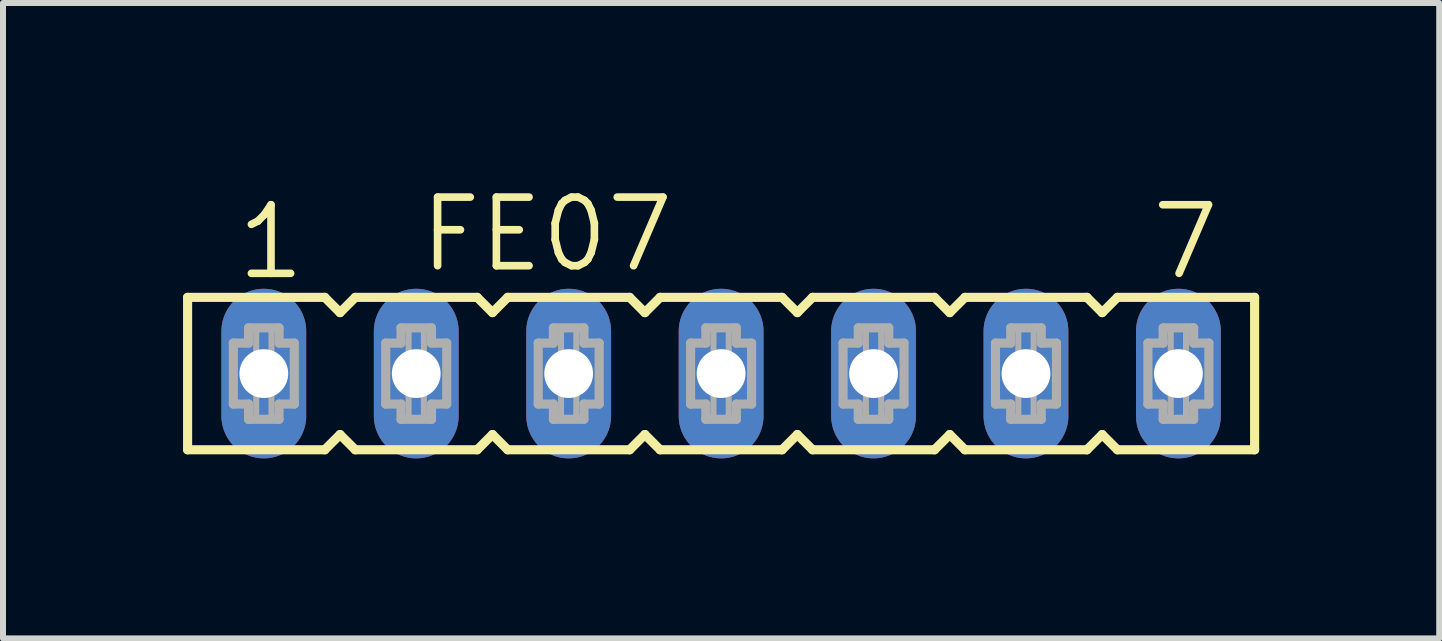
<source format=kicad_pcb>
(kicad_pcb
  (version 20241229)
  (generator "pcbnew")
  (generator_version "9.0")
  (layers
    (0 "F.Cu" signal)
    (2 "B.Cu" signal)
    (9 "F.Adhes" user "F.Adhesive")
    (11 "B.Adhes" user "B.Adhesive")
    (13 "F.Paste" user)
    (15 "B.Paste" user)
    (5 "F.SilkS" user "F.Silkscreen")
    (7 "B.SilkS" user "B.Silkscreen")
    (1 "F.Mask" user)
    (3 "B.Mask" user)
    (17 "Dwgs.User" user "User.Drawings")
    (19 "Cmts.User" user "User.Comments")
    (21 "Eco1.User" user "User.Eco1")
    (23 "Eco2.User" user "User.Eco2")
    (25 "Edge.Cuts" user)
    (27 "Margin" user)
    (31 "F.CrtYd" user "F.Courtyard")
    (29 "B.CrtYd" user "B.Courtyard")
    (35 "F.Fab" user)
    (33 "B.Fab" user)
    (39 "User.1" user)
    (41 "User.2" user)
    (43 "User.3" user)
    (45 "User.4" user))
  (footprint "FE07"
    (layer "F.Cu")
    (at 8.966 3.175)
    (property "Reference" "FE07" (at -5.08 -1.651 0) (layer "F.SilkS") (effects (font (size 1.143 1.143) (thickness 0.127)) (justify left bottom)))
    (fp_line (start -8.89 -1.27) (end -8.89 1.27) (stroke (width 0.152) (type solid)) (layer "F.SilkS"))
    (fp_line (start -8.89 1.27) (end -6.604 1.27) (stroke (width 0.152) (type solid)) (layer "F.SilkS"))
    (fp_line (start -6.604 -1.27) (end -8.89 -1.27) (stroke (width 0.152) (type solid)) (layer "F.SilkS"))
    (fp_line (start -6.604 1.27) (end -6.35 1.016) (stroke (width 0.152) (type solid)) (layer "F.SilkS"))
    (fp_line (start -6.35 -1.016) (end -6.604 -1.27) (stroke (width 0.152) (type solid)) (layer "F.SilkS"))
    (fp_line (start -6.35 1.016) (end -6.096 1.27) (stroke (width 0.152) (type solid)) (layer "F.SilkS"))
    (fp_line (start -6.096 -1.27) (end -6.35 -1.016) (stroke (width 0.152) (type solid)) (layer "F.SilkS"))
    (fp_line (start -6.096 1.27) (end -4.064 1.27) (stroke (width 0.152) (type solid)) (layer "F.SilkS"))
    (fp_line (start -4.064 -1.27) (end -6.096 -1.27) (stroke (width 0.152) (type solid)) (layer "F.SilkS"))
    (fp_line (start -4.064 1.27) (end -3.81 1.016) (stroke (width 0.152) (type solid)) (layer "F.SilkS"))
    (fp_line (start -3.81 -1.016) (end -4.064 -1.27) (stroke (width 0.152) (type solid)) (layer "F.SilkS"))
    (fp_line (start -3.81 1.016) (end -3.556 1.27) (stroke (width 0.152) (type solid)) (layer "F.SilkS"))
    (fp_line (start -3.556 -1.27) (end -3.81 -1.016) (stroke (width 0.152) (type solid)) (layer "F.SilkS"))
    (fp_line (start -3.556 1.27) (end -1.524 1.27) (stroke (width 0.152) (type solid)) (layer "F.SilkS"))
    (fp_line (start -1.524 -1.27) (end -3.556 -1.27) (stroke (width 0.152) (type solid)) (layer "F.SilkS"))
    (fp_line (start -1.524 1.27) (end -1.27 1.016) (stroke (width 0.152) (type solid)) (layer "F.SilkS"))
    (fp_line (start -1.27 -1.016) (end -1.524 -1.27) (stroke (width 0.152) (type solid)) (layer "F.SilkS"))
    (fp_line (start -1.27 1.016) (end -1.016 1.27) (stroke (width 0.152) (type solid)) (layer "F.SilkS"))
    (fp_line (start -1.016 -1.27) (end -1.27 -1.016) (stroke (width 0.152) (type solid)) (layer "F.SilkS"))
    (fp_line (start -1.016 1.27) (end 1.016 1.27) (stroke (width 0.152) (type solid)) (layer "F.SilkS"))
    (fp_line (start 1.016 -1.27) (end -1.016 -1.27) (stroke (width 0.152) (type solid)) (layer "F.SilkS"))
    (fp_line (start 1.016 1.27) (end 1.27 1.016) (stroke (width 0.152) (type solid)) (layer "F.SilkS"))
    (fp_line (start 1.27 -1.016) (end 1.016 -1.27) (stroke (width 0.152) (type solid)) (layer "F.SilkS"))
    (fp_line (start 1.27 1.016) (end 1.524 1.27) (stroke (width 0.152) (type solid)) (layer "F.SilkS"))
    (fp_line (start 1.524 -1.27) (end 1.27 -1.016) (stroke (width 0.152) (type solid)) (layer "F.SilkS"))
    (fp_line (start 1.524 1.27) (end 3.556 1.27) (stroke (width 0.152) (type solid)) (layer "F.SilkS"))
    (fp_line (start 3.556 -1.27) (end 1.524 -1.27) (stroke (width 0.152) (type solid)) (layer "F.SilkS"))
    (fp_line (start 3.556 1.27) (end 3.81 1.016) (stroke (width 0.152) (type solid)) (layer "F.SilkS"))
    (fp_line (start 3.81 -1.016) (end 3.556 -1.27) (stroke (width 0.152) (type solid)) (layer "F.SilkS"))
    (fp_line (start 3.81 1.016) (end 4.064 1.27) (stroke (width 0.152) (type solid)) (layer "F.SilkS"))
    (fp_line (start 4.064 -1.27) (end 3.81 -1.016) (stroke (width 0.152) (type solid)) (layer "F.SilkS"))
    (fp_line (start 4.064 1.27) (end 6.096 1.27) (stroke (width 0.152) (type solid)) (layer "F.SilkS"))
    (fp_line (start 6.096 -1.27) (end 4.064 -1.27) (stroke (width 0.152) (type solid)) (layer "F.SilkS"))
    (fp_line (start 6.096 1.27) (end 6.35 1.016) (stroke (width 0.152) (type solid)) (layer "F.SilkS"))
    (fp_line (start 6.35 -1.016) (end 6.096 -1.27) (stroke (width 0.152) (type solid)) (layer "F.SilkS"))
    (fp_line (start 6.35 1.016) (end 6.604 1.27) (stroke (width 0.152) (type solid)) (layer "F.SilkS"))
    (fp_line (start 6.604 -1.27) (end 6.35 -1.016) (stroke (width 0.152) (type solid)) (layer "F.SilkS"))
    (fp_line (start 6.604 1.27) (end 8.89 1.27) (stroke (width 0.152) (type solid)) (layer "F.SilkS"))
    (fp_line (start 8.89 -1.27) (end 6.604 -1.27) (stroke (width 0.152) (type solid)) (layer "F.SilkS"))
    (fp_line (start 8.89 1.27) (end 8.89 -1.27) (stroke (width 0.152) (type solid)) (layer "F.SilkS"))
    (fp_line (start -8.128 -0.508) (end -8.128 0.508) (stroke (width 0.152) (type solid)) (layer "F.Fab"))
    (fp_line (start -8.128 0.508) (end -7.874 0.508) (stroke (width 0.152) (type solid)) (layer "F.Fab"))
    (fp_line (start -7.874 -0.762) (end -7.874 -0.508) (stroke (width 0.152) (type solid)) (layer "F.Fab"))
    (fp_line (start -7.874 -0.508) (end -8.128 -0.508) (stroke (width 0.152) (type solid)) (layer "F.Fab"))
    (fp_line (start -7.874 0.508) (end -7.874 0.762) (stroke (width 0.152) (type solid)) (layer "F.Fab"))
    (fp_line (start -7.874 0.762) (end -7.366 0.762) (stroke (width 0.152) (type solid)) (layer "F.Fab"))
    (fp_line (start -7.366 -0.762) (end -7.874 -0.762) (stroke (width 0.152) (type solid)) (layer "F.Fab"))
    (fp_line (start -7.366 -0.508) (end -7.366 -0.762) (stroke (width 0.152) (type solid)) (layer "F.Fab"))
    (fp_line (start -7.366 0.508) (end -7.112 0.508) (stroke (width 0.152) (type solid)) (layer "F.Fab"))
    (fp_line (start -7.366 0.762) (end -7.366 0.508) (stroke (width 0.152) (type solid)) (layer "F.Fab"))
    (fp_line (start -7.112 -0.508) (end -7.366 -0.508) (stroke (width 0.152) (type solid)) (layer "F.Fab"))
    (fp_line (start -7.112 0.508) (end -7.112 -0.508) (stroke (width 0.152) (type solid)) (layer "F.Fab"))
    (fp_line (start -5.588 -0.508) (end -5.588 0.508) (stroke (width 0.152) (type solid)) (layer "F.Fab"))
    (fp_line (start -5.588 0.508) (end -5.334 0.508) (stroke (width 0.152) (type solid)) (layer "F.Fab"))
    (fp_line (start -5.334 -0.762) (end -5.334 -0.508) (stroke (width 0.152) (type solid)) (layer "F.Fab"))
    (fp_line (start -5.334 -0.508) (end -5.588 -0.508) (stroke (width 0.152) (type solid)) (layer "F.Fab"))
    (fp_line (start -5.334 0.508) (end -5.334 0.762) (stroke (width 0.152) (type solid)) (layer "F.Fab"))
    (fp_line (start -5.334 0.762) (end -4.826 0.762) (stroke (width 0.152) (type solid)) (layer "F.Fab"))
    (fp_line (start -4.826 -0.762) (end -5.334 -0.762) (stroke (width 0.152) (type solid)) (layer "F.Fab"))
    (fp_line (start -4.826 -0.508) (end -4.826 -0.762) (stroke (width 0.152) (type solid)) (layer "F.Fab"))
    (fp_line (start -4.826 0.508) (end -4.572 0.508) (stroke (width 0.152) (type solid)) (layer "F.Fab"))
    (fp_line (start -4.826 0.762) (end -4.826 0.508) (stroke (width 0.152) (type solid)) (layer "F.Fab"))
    (fp_line (start -4.572 -0.508) (end -4.826 -0.508) (stroke (width 0.152) (type solid)) (layer "F.Fab"))
    (fp_line (start -4.572 0.508) (end -4.572 -0.508) (stroke (width 0.152) (type solid)) (layer "F.Fab"))
    (fp_line (start -3.048 -0.508) (end -3.048 0.508) (stroke (width 0.152) (type solid)) (layer "F.Fab"))
    (fp_line (start -3.048 0.508) (end -2.794 0.508) (stroke (width 0.152) (type solid)) (layer "F.Fab"))
    (fp_line (start -2.794 -0.762) (end -2.794 -0.508) (stroke (width 0.152) (type solid)) (layer "F.Fab"))
    (fp_line (start -2.794 -0.508) (end -3.048 -0.508) (stroke (width 0.152) (type solid)) (layer "F.Fab"))
    (fp_line (start -2.794 0.508) (end -2.794 0.762) (stroke (width 0.152) (type solid)) (layer "F.Fab"))
    (fp_line (start -2.794 0.762) (end -2.286 0.762) (stroke (width 0.152) (type solid)) (layer "F.Fab"))
    (fp_line (start -2.286 -0.762) (end -2.794 -0.762) (stroke (width 0.152) (type solid)) (layer "F.Fab"))
    (fp_line (start -2.286 -0.508) (end -2.286 -0.762) (stroke (width 0.152) (type solid)) (layer "F.Fab"))
    (fp_line (start -2.286 0.508) (end -2.032 0.508) (stroke (width 0.152) (type solid)) (layer "F.Fab"))
    (fp_line (start -2.286 0.762) (end -2.286 0.508) (stroke (width 0.152) (type solid)) (layer "F.Fab"))
    (fp_line (start -2.032 -0.508) (end -2.286 -0.508) (stroke (width 0.152) (type solid)) (layer "F.Fab"))
    (fp_line (start -2.032 0.508) (end -2.032 -0.508) (stroke (width 0.152) (type solid)) (layer "F.Fab"))
    (fp_line (start -0.508 -0.508) (end -0.508 0.508) (stroke (width 0.152) (type solid)) (layer "F.Fab"))
    (fp_line (start -0.508 0.508) (end -0.254 0.508) (stroke (width 0.152) (type solid)) (layer "F.Fab"))
    (fp_line (start -0.254 -0.762) (end -0.254 -0.508) (stroke (width 0.152) (type solid)) (layer "F.Fab"))
    (fp_line (start -0.254 -0.508) (end -0.508 -0.508) (stroke (width 0.152) (type solid)) (layer "F.Fab"))
    (fp_line (start -0.254 0.508) (end -0.254 0.762) (stroke (width 0.152) (type solid)) (layer "F.Fab"))
    (fp_line (start -0.254 0.762) (end 0.254 0.762) (stroke (width 0.152) (type solid)) (layer "F.Fab"))
    (fp_line (start 0.254 -0.762) (end -0.254 -0.762) (stroke (width 0.152) (type solid)) (layer "F.Fab"))
    (fp_line (start 0.254 -0.508) (end 0.254 -0.762) (stroke (width 0.152) (type solid)) (layer "F.Fab"))
    (fp_line (start 0.254 0.508) (end 0.508 0.508) (stroke (width 0.152) (type solid)) (layer "F.Fab"))
    (fp_line (start 0.254 0.762) (end 0.254 0.508) (stroke (width 0.152) (type solid)) (layer "F.Fab"))
    (fp_line (start 0.508 -0.508) (end 0.254 -0.508) (stroke (width 0.152) (type solid)) (layer "F.Fab"))
    (fp_line (start 0.508 0.508) (end 0.508 -0.508) (stroke (width 0.152) (type solid)) (layer "F.Fab"))
    (fp_line (start 2.032 -0.508) (end 2.032 0.508) (stroke (width 0.152) (type solid)) (layer "F.Fab"))
    (fp_line (start 2.032 0.508) (end 2.286 0.508) (stroke (width 0.152) (type solid)) (layer "F.Fab"))
    (fp_line (start 2.286 -0.762) (end 2.286 -0.508) (stroke (width 0.152) (type solid)) (layer "F.Fab"))
    (fp_line (start 2.286 -0.508) (end 2.032 -0.508) (stroke (width 0.152) (type solid)) (layer "F.Fab"))
    (fp_line (start 2.286 0.508) (end 2.286 0.762) (stroke (width 0.152) (type solid)) (layer "F.Fab"))
    (fp_line (start 2.286 0.762) (end 2.794 0.762) (stroke (width 0.152) (type solid)) (layer "F.Fab"))
    (fp_line (start 2.794 -0.762) (end 2.286 -0.762) (stroke (width 0.152) (type solid)) (layer "F.Fab"))
    (fp_line (start 2.794 -0.508) (end 2.794 -0.762) (stroke (width 0.152) (type solid)) (layer "F.Fab"))
    (fp_line (start 2.794 0.508) (end 3.048 0.508) (stroke (width 0.152) (type solid)) (layer "F.Fab"))
    (fp_line (start 2.794 0.762) (end 2.794 0.508) (stroke (width 0.152) (type solid)) (layer "F.Fab"))
    (fp_line (start 3.048 -0.508) (end 2.794 -0.508) (stroke (width 0.152) (type solid)) (layer "F.Fab"))
    (fp_line (start 3.048 0.508) (end 3.048 -0.508) (stroke (width 0.152) (type solid)) (layer "F.Fab"))
    (fp_line (start 4.572 -0.508) (end 4.572 0.508) (stroke (width 0.152) (type solid)) (layer "F.Fab"))
    (fp_line (start 4.572 0.508) (end 4.826 0.508) (stroke (width 0.152) (type solid)) (layer "F.Fab"))
    (fp_line (start 4.826 -0.762) (end 4.826 -0.508) (stroke (width 0.152) (type solid)) (layer "F.Fab"))
    (fp_line (start 4.826 -0.508) (end 4.572 -0.508) (stroke (width 0.152) (type solid)) (layer "F.Fab"))
    (fp_line (start 4.826 0.508) (end 4.826 0.762) (stroke (width 0.152) (type solid)) (layer "F.Fab"))
    (fp_line (start 4.826 0.762) (end 5.334 0.762) (stroke (width 0.152) (type solid)) (layer "F.Fab"))
    (fp_line (start 5.334 -0.762) (end 4.826 -0.762) (stroke (width 0.152) (type solid)) (layer "F.Fab"))
    (fp_line (start 5.334 -0.508) (end 5.334 -0.762) (stroke (width 0.152) (type solid)) (layer "F.Fab"))
    (fp_line (start 5.334 0.508) (end 5.588 0.508) (stroke (width 0.152) (type solid)) (layer "F.Fab"))
    (fp_line (start 5.334 0.762) (end 5.334 0.508) (stroke (width 0.152) (type solid)) (layer "F.Fab"))
    (fp_line (start 5.588 -0.508) (end 5.334 -0.508) (stroke (width 0.152) (type solid)) (layer "F.Fab"))
    (fp_line (start 5.588 0.508) (end 5.588 -0.508) (stroke (width 0.152) (type solid)) (layer "F.Fab"))
    (fp_line (start 7.112 -0.508) (end 7.112 0.508) (stroke (width 0.152) (type solid)) (layer "F.Fab"))
    (fp_line (start 7.112 0.508) (end 7.366 0.508) (stroke (width 0.152) (type solid)) (layer "F.Fab"))
    (fp_line (start 7.366 -0.762) (end 7.366 -0.508) (stroke (width 0.152) (type solid)) (layer "F.Fab"))
    (fp_line (start 7.366 -0.508) (end 7.112 -0.508) (stroke (width 0.152) (type solid)) (layer "F.Fab"))
    (fp_line (start 7.366 0.508) (end 7.366 0.762) (stroke (width 0.152) (type solid)) (layer "F.Fab"))
    (fp_line (start 7.366 0.762) (end 7.874 0.762) (stroke (width 0.152) (type solid)) (layer "F.Fab"))
    (fp_line (start 7.874 -0.762) (end 7.366 -0.762) (stroke (width 0.152) (type solid)) (layer "F.Fab"))
    (fp_line (start 7.874 -0.508) (end 7.874 -0.762) (stroke (width 0.152) (type solid)) (layer "F.Fab"))
    (fp_line (start 7.874 0.508) (end 8.128 0.508) (stroke (width 0.152) (type solid)) (layer "F.Fab"))
    (fp_line (start 7.874 0.762) (end 7.874 0.508) (stroke (width 0.152) (type solid)) (layer "F.Fab"))
    (fp_line (start 8.128 -0.508) (end 7.874 -0.508) (stroke (width 0.152) (type solid)) (layer "F.Fab"))
    (fp_line (start 8.128 0.508) (end 8.128 -0.508) (stroke (width 0.152) (type solid)) (layer "F.Fab"))
    (fp_poly (pts (xy -7.747 -0.254) (xy -7.493 -0.254) (xy -7.493 -0.762) (xy -7.747 -0.762)) (stroke (width 0.1) (type default)) (fill no) (layer "F.Fab"))
    (fp_poly (pts (xy -7.747 0.762) (xy -7.493 0.762) (xy -7.493 0.254) (xy -7.747 0.254)) (stroke (width 0.1) (type default)) (fill no) (layer "F.Fab"))
    (fp_poly (pts (xy -5.207 -0.254) (xy -4.953 -0.254) (xy -4.953 -0.762) (xy -5.207 -0.762)) (stroke (width 0.1) (type default)) (fill no) (layer "F.Fab"))
    (fp_poly (pts (xy -5.207 0.762) (xy -4.953 0.762) (xy -4.953 0.254) (xy -5.207 0.254)) (stroke (width 0.1) (type default)) (fill no) (layer "F.Fab"))
    (fp_poly (pts (xy -2.667 -0.254) (xy -2.413 -0.254) (xy -2.413 -0.762) (xy -2.667 -0.762)) (stroke (width 0.1) (type default)) (fill no) (layer "F.Fab"))
    (fp_poly (pts (xy -2.667 0.762) (xy -2.413 0.762) (xy -2.413 0.254) (xy -2.667 0.254)) (stroke (width 0.1) (type default)) (fill no) (layer "F.Fab"))
    (fp_poly (pts (xy -0.127 -0.254) (xy 0.127 -0.254) (xy 0.127 -0.762) (xy -0.127 -0.762)) (stroke (width 0.1) (type default)) (fill no) (layer "F.Fab"))
    (fp_poly (pts (xy -0.127 0.762) (xy 0.127 0.762) (xy 0.127 0.254) (xy -0.127 0.254)) (stroke (width 0.1) (type default)) (fill no) (layer "F.Fab"))
    (fp_poly (pts (xy 2.413 -0.254) (xy 2.667 -0.254) (xy 2.667 -0.762) (xy 2.413 -0.762)) (stroke (width 0.1) (type default)) (fill no) (layer "F.Fab"))
    (fp_poly (pts (xy 2.413 0.762) (xy 2.667 0.762) (xy 2.667 0.254) (xy 2.413 0.254)) (stroke (width 0.1) (type default)) (fill no) (layer "F.Fab"))
    (fp_poly (pts (xy 4.953 -0.254) (xy 5.207 -0.254) (xy 5.207 -0.762) (xy 4.953 -0.762)) (stroke (width 0.1) (type default)) (fill no) (layer "F.Fab"))
    (fp_poly (pts (xy 4.953 0.762) (xy 5.207 0.762) (xy 5.207 0.254) (xy 4.953 0.254)) (stroke (width 0.1) (type default)) (fill no) (layer "F.Fab"))
    (fp_poly (pts (xy 7.493 -0.254) (xy 7.747 -0.254) (xy 7.747 -0.762) (xy 7.493 -0.762)) (stroke (width 0.1) (type default)) (fill no) (layer "F.Fab"))
    (fp_poly (pts (xy 7.493 0.762) (xy 7.747 0.762) (xy 7.747 0.254) (xy 7.493 0.254)) (stroke (width 0.1) (type default)) (fill no) (layer "F.Fab"))
    (fp_text user "1" (at -8.128 -1.524 0) (layer "F.SilkS") (effects (font (size 1.143 1.143) (thickness 0.127)) (justify left bottom)))
    (fp_text user "7" (at 7.112 -1.524 0) (layer "F.SilkS") (effects (font (size 1.143 1.143) (thickness 0.127)) (justify left bottom)))
    (pad "1" thru_hole oval (at -7.62 0 90) (size 2.826 1.413) (drill 0.813) (layers "*.Cu" "*.Mask"))
    (pad "2" thru_hole oval (at -5.08 0 90) (size 2.826 1.413) (drill 0.813) (layers "*.Cu" "*.Mask"))
    (pad "3" thru_hole oval (at -2.54 0 90) (size 2.826 1.413) (drill 0.813) (layers "*.Cu" "*.Mask"))
    (pad "4" thru_hole oval (at 0 0 90) (size 2.826 1.413) (drill 0.813) (layers "*.Cu" "*.Mask"))
    (pad "5" thru_hole oval (at 2.54 0 90) (size 2.826 1.413) (drill 0.813) (layers "*.Cu" "*.Mask"))
    (pad "6" thru_hole oval (at 5.08 0 90) (size 2.826 1.413) (drill 0.813) (layers "*.Cu" "*.Mask"))
    (pad "7" thru_hole oval (at 7.62 0 90) (size 2.826 1.413) (drill 0.813) (layers "*.Cu" "*.Mask")))
  (gr_rect
    (start -3 -3)
    (end 20.932 7.588)
    (stroke (width 0.1) (type default))
    (fill no)
    (layer "Edge.Cuts")))
</source>
